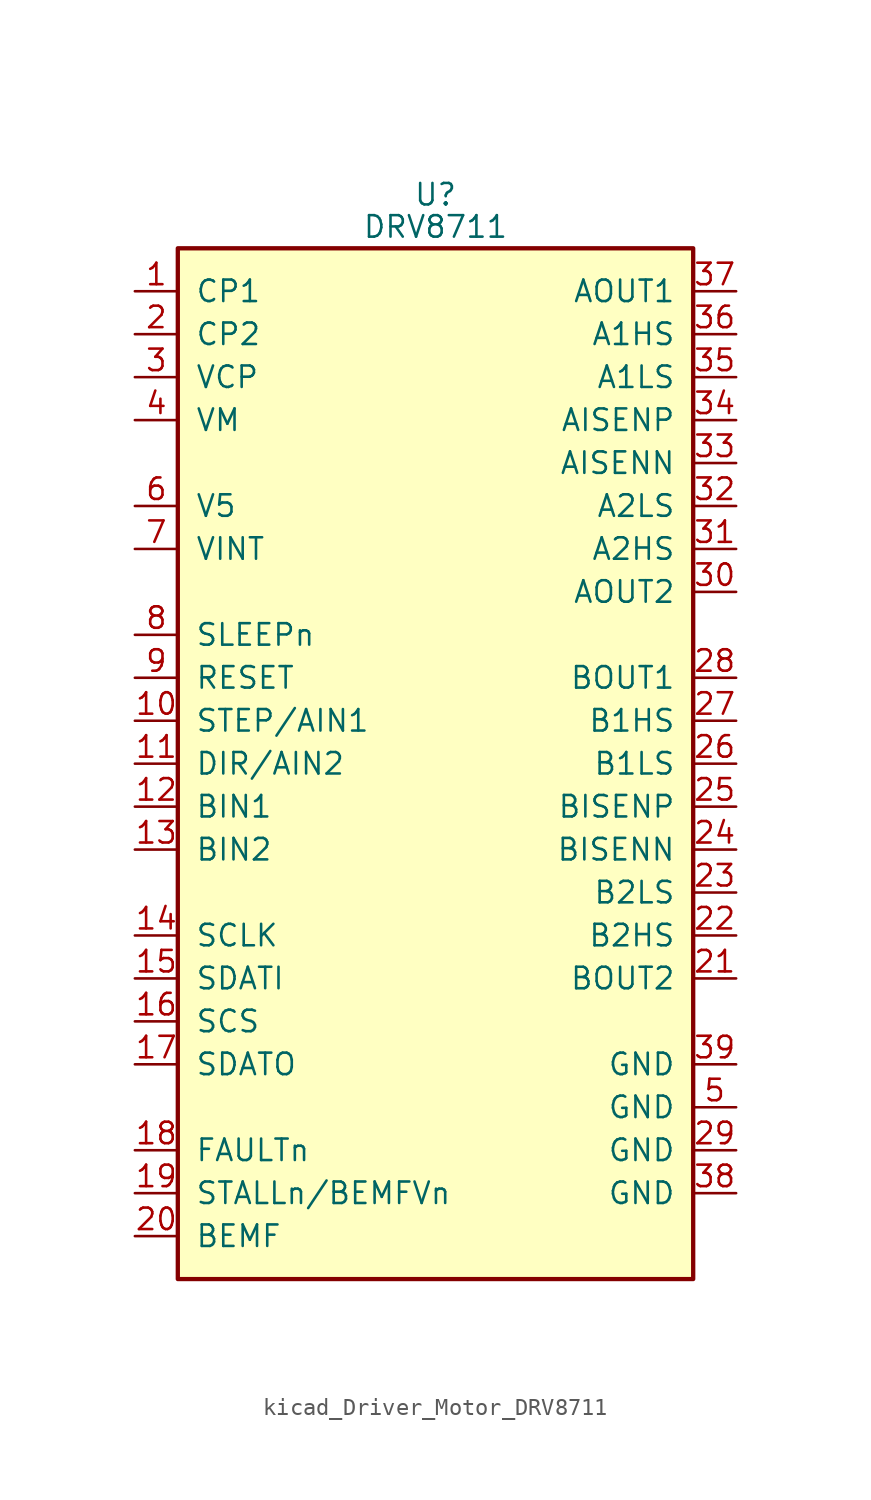
<source format=kicad_sym>
(kicad_symbol_lib
  (version 20220914)
  (generator kicad_symbol_editor)
  (symbol "kicad_Driver_Motor_DRV8711"
    (pin_names
      (offset 1.016))
    (property "Reference" "U"
      (at 0 33.655 0)
      (effects (font (size 1.27 1.27))))
    (property "Value" "DRV8711"
      (at 0 31.75 0)
      (effects (font (size 1.27 1.27))))
    (symbol "kicad_Driver_Motor_DRV8711_0_1"
      (rectangle (start -15.24 30.48) (end 15.24 -30.48) (stroke (width 0.254) (type default)) (fill (type background))))
    (symbol "kicad_Driver_Motor_DRV8711_1_1"
      (pin bidirectional line (at -17.78 27.94 0) (length 2.54) (name "CP1" (effects (font (size 1.27 1.27)))) (number "1" (effects (font (size 1.27 1.27)))))
      (pin input line (at -17.78 2.54 0) (length 2.54) (name "STEP/AIN1" (effects (font (size 1.27 1.27)))) (number "10" (effects (font (size 1.27 1.27)))))
      (pin input line (at -17.78 0 0) (length 2.54) (name "DIR/AIN2" (effects (font (size 1.27 1.27)))) (number "11" (effects (font (size 1.27 1.27)))))
      (pin input line (at -17.78 -2.54 0) (length 2.54) (name "BIN1" (effects (font (size 1.27 1.27)))) (number "12" (effects (font (size 1.27 1.27)))))
      (pin input line (at -17.78 -5.08 0) (length 2.54) (name "BIN2" (effects (font (size 1.27 1.27)))) (number "13" (effects (font (size 1.27 1.27)))))
      (pin input line (at -17.78 -10.16 0) (length 2.54) (name "SCLK" (effects (font (size 1.27 1.27)))) (number "14" (effects (font (size 1.27 1.27)))))
      (pin input line (at -17.78 -12.7 0) (length 2.54) (name "SDATI" (effects (font (size 1.27 1.27)))) (number "15" (effects (font (size 1.27 1.27)))))
      (pin input line (at -17.78 -15.24 0) (length 2.54) (name "SCS" (effects (font (size 1.27 1.27)))) (number "16" (effects (font (size 1.27 1.27)))))
      (pin output line (at -17.78 -17.78 0) (length 2.54) (name "SDATO" (effects (font (size 1.27 1.27)))) (number "17" (effects (font (size 1.27 1.27)))))
      (pin output line (at -17.78 -22.86 0) (length 2.54) (name "FAULTn" (effects (font (size 1.27 1.27)))) (number "18" (effects (font (size 1.27 1.27)))))
      (pin output line (at -17.78 -25.4 0) (length 2.54) (name "STALLn/BEMFVn" (effects (font (size 1.27 1.27)))) (number "19" (effects (font (size 1.27 1.27)))))
      (pin bidirectional line (at -17.78 25.4 0) (length 2.54) (name "CP2" (effects (font (size 1.27 1.27)))) (number "2" (effects (font (size 1.27 1.27)))))
      (pin output line (at -17.78 -27.94 0) (length 2.54) (name "BEMF" (effects (font (size 1.27 1.27)))) (number "20" (effects (font (size 1.27 1.27)))))
      (pin output line (at 17.78 -12.7 180) (length 2.54) (name "BOUT2" (effects (font (size 1.27 1.27)))) (number "21" (effects (font (size 1.27 1.27)))))
      (pin output line (at 17.78 -10.16 180) (length 2.54) (name "B2HS" (effects (font (size 1.27 1.27)))) (number "22" (effects (font (size 1.27 1.27)))))
      (pin output line (at 17.78 -7.62 180) (length 2.54) (name "B2LS" (effects (font (size 1.27 1.27)))) (number "23" (effects (font (size 1.27 1.27)))))
      (pin input line (at 17.78 -5.08 180) (length 2.54) (name "BISENN" (effects (font (size 1.27 1.27)))) (number "24" (effects (font (size 1.27 1.27)))))
      (pin input line (at 17.78 -2.54 180) (length 2.54) (name "BISENP" (effects (font (size 1.27 1.27)))) (number "25" (effects (font (size 1.27 1.27)))))
      (pin output line (at 17.78 0 180) (length 2.54) (name "B1LS" (effects (font (size 1.27 1.27)))) (number "26" (effects (font (size 1.27 1.27)))))
      (pin output line (at 17.78 2.54 180) (length 2.54) (name "B1HS" (effects (font (size 1.27 1.27)))) (number "27" (effects (font (size 1.27 1.27)))))
      (pin output line (at 17.78 5.08 180) (length 2.54) (name "BOUT1" (effects (font (size 1.27 1.27)))) (number "28" (effects (font (size 1.27 1.27)))))
      (pin power_in line (at 17.78 -22.86 180) (length 2.54) (name "GND" (effects (font (size 1.27 1.27)))) (number "29" (effects (font (size 1.27 1.27)))))
      (pin bidirectional line (at -17.78 22.86 0) (length 2.54) (name "VCP" (effects (font (size 1.27 1.27)))) (number "3" (effects (font (size 1.27 1.27)))))
      (pin output line (at 17.78 10.16 180) (length 2.54) (name "AOUT2" (effects (font (size 1.27 1.27)))) (number "30" (effects (font (size 1.27 1.27)))))
      (pin output line (at 17.78 12.7 180) (length 2.54) (name "A2HS" (effects (font (size 1.27 1.27)))) (number "31" (effects (font (size 1.27 1.27)))))
      (pin output line (at 17.78 15.24 180) (length 2.54) (name "A2LS" (effects (font (size 1.27 1.27)))) (number "32" (effects (font (size 1.27 1.27)))))
      (pin input line (at 17.78 17.78 180) (length 2.54) (name "AISENN" (effects (font (size 1.27 1.27)))) (number "33" (effects (font (size 1.27 1.27)))))
      (pin input line (at 17.78 20.32 180) (length 2.54) (name "AISENP" (effects (font (size 1.27 1.27)))) (number "34" (effects (font (size 1.27 1.27)))))
      (pin output line (at 17.78 22.86 180) (length 2.54) (name "A1LS" (effects (font (size 1.27 1.27)))) (number "35" (effects (font (size 1.27 1.27)))))
      (pin output line (at 17.78 25.4 180) (length 2.54) (name "A1HS" (effects (font (size 1.27 1.27)))) (number "36" (effects (font (size 1.27 1.27)))))
      (pin output line (at 17.78 27.94 180) (length 2.54) (name "AOUT1" (effects (font (size 1.27 1.27)))) (number "37" (effects (font (size 1.27 1.27)))))
      (pin power_in line (at 17.78 -25.4 180) (length 2.54) (name "GND" (effects (font (size 1.27 1.27)))) (number "38" (effects (font (size 1.27 1.27)))))
      (pin power_in line (at 17.78 -17.78 180) (length 2.54) (name "GND" (effects (font (size 1.27 1.27)))) (number "39" (effects (font (size 1.27 1.27)))))
      (pin power_in line (at -17.78 20.32 0) (length 2.54) (name "VM" (effects (font (size 1.27 1.27)))) (number "4" (effects (font (size 1.27 1.27)))))
      (pin power_in line (at 17.78 -20.32 180) (length 2.54) (name "GND" (effects (font (size 1.27 1.27)))) (number "5" (effects (font (size 1.27 1.27)))))
      (pin power_out line (at -17.78 15.24 0) (length 2.54) (name "V5" (effects (font (size 1.27 1.27)))) (number "6" (effects (font (size 1.27 1.27)))))
      (pin power_in line (at -17.78 12.7 0) (length 2.54) (name "VINT" (effects (font (size 1.27 1.27)))) (number "7" (effects (font (size 1.27 1.27)))))
      (pin input line (at -17.78 7.62 0) (length 2.54) (name "SLEEPn" (effects (font (size 1.27 1.27)))) (number "8" (effects (font (size 1.27 1.27)))))
      (pin input line (at -17.78 5.08 0) (length 2.54) (name "RESET" (effects (font (size 1.27 1.27)))) (number "9" (effects (font (size 1.27 1.27))))))))
</source>
